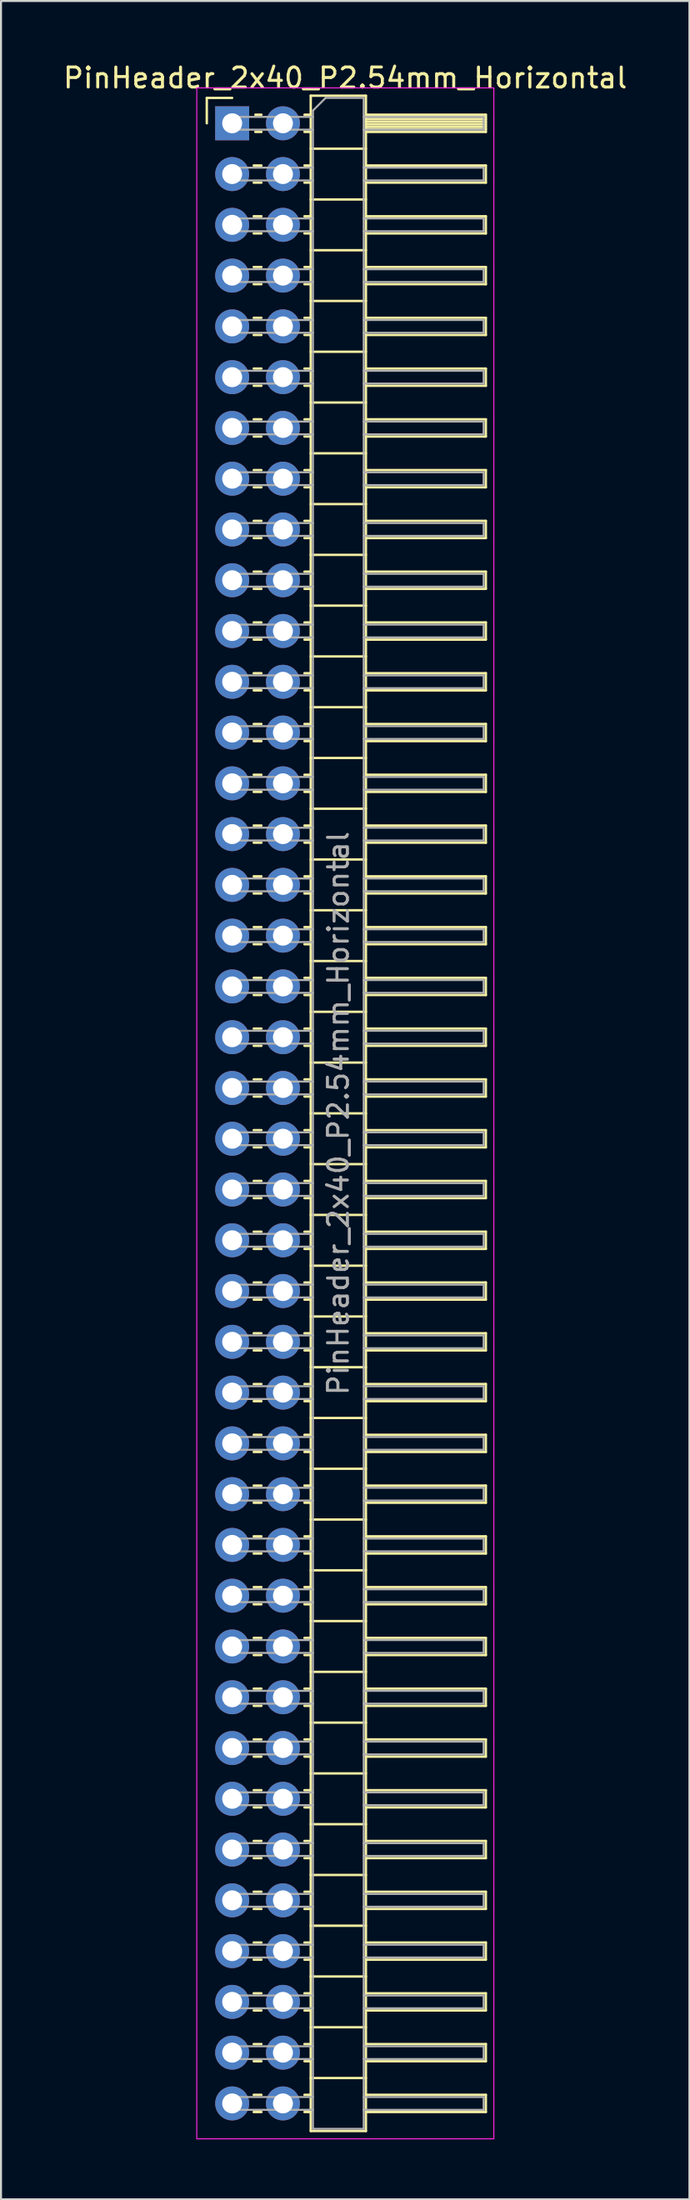
<source format=kicad_pcb>
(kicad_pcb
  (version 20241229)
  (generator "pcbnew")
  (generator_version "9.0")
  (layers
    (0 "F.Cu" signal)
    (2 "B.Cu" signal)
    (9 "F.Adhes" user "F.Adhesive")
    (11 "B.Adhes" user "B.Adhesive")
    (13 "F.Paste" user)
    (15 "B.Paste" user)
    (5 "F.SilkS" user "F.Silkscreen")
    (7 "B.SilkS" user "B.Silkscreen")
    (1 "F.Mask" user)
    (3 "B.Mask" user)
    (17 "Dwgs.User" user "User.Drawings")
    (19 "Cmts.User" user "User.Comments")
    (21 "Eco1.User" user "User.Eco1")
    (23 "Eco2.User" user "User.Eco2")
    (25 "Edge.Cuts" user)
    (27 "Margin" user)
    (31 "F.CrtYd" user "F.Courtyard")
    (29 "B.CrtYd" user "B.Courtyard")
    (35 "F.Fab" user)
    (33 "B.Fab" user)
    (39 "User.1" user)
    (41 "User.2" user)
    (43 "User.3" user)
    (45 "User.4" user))
  (footprint "PinHeader_2x40_P2.54mm_Horizontal"
    (layer "F.Cu")
    (at 8.565 3.118)
    (property "Reference" "PinHeader_2x40_P2.54mm_Horizontal" (at 5.655 -2.27 0) (layer "F.SilkS") (effects (font (size 1 1) (thickness 0.15))))
    (attr through_hole)
    (fp_line (start -1.27 -1.27) (end 0 -1.27) (stroke (width 0.12) (type solid)) (layer "F.SilkS"))
    (fp_line (start -1.27 0) (end -1.27 -1.27) (stroke (width 0.12) (type solid)) (layer "F.SilkS"))
    (fp_line (start 1.077 2.11) (end 1.463 2.11) (stroke (width 0.12) (type solid)) (layer "F.SilkS"))
    (fp_line (start 1.077 2.97) (end 1.463 2.97) (stroke (width 0.12) (type solid)) (layer "F.SilkS"))
    (fp_line (start 1.077 4.65) (end 1.463 4.65) (stroke (width 0.12) (type solid)) (layer "F.SilkS"))
    (fp_line (start 1.077 5.51) (end 1.463 5.51) (stroke (width 0.12) (type solid)) (layer "F.SilkS"))
    (fp_line (start 1.077 7.19) (end 1.463 7.19) (stroke (width 0.12) (type solid)) (layer "F.SilkS"))
    (fp_line (start 1.077 8.05) (end 1.463 8.05) (stroke (width 0.12) (type solid)) (layer "F.SilkS"))
    (fp_line (start 1.077 9.73) (end 1.463 9.73) (stroke (width 0.12) (type solid)) (layer "F.SilkS"))
    (fp_line (start 1.077 10.59) (end 1.463 10.59) (stroke (width 0.12) (type solid)) (layer "F.SilkS"))
    (fp_line (start 1.077 12.27) (end 1.463 12.27) (stroke (width 0.12) (type solid)) (layer "F.SilkS"))
    (fp_line (start 1.077 13.13) (end 1.463 13.13) (stroke (width 0.12) (type solid)) (layer "F.SilkS"))
    (fp_line (start 1.077 14.81) (end 1.463 14.81) (stroke (width 0.12) (type solid)) (layer "F.SilkS"))
    (fp_line (start 1.077 15.67) (end 1.463 15.67) (stroke (width 0.12) (type solid)) (layer "F.SilkS"))
    (fp_line (start 1.077 17.35) (end 1.463 17.35) (stroke (width 0.12) (type solid)) (layer "F.SilkS"))
    (fp_line (start 1.077 18.21) (end 1.463 18.21) (stroke (width 0.12) (type solid)) (layer "F.SilkS"))
    (fp_line (start 1.077 19.89) (end 1.463 19.89) (stroke (width 0.12) (type solid)) (layer "F.SilkS"))
    (fp_line (start 1.077 20.75) (end 1.463 20.75) (stroke (width 0.12) (type solid)) (layer "F.SilkS"))
    (fp_line (start 1.077 22.43) (end 1.463 22.43) (stroke (width 0.12) (type solid)) (layer "F.SilkS"))
    (fp_line (start 1.077 23.29) (end 1.463 23.29) (stroke (width 0.12) (type solid)) (layer "F.SilkS"))
    (fp_line (start 1.077 24.97) (end 1.463 24.97) (stroke (width 0.12) (type solid)) (layer "F.SilkS"))
    (fp_line (start 1.077 25.83) (end 1.463 25.83) (stroke (width 0.12) (type solid)) (layer "F.SilkS"))
    (fp_line (start 1.077 27.51) (end 1.463 27.51) (stroke (width 0.12) (type solid)) (layer "F.SilkS"))
    (fp_line (start 1.077 28.37) (end 1.463 28.37) (stroke (width 0.12) (type solid)) (layer "F.SilkS"))
    (fp_line (start 1.077 30.05) (end 1.463 30.05) (stroke (width 0.12) (type solid)) (layer "F.SilkS"))
    (fp_line (start 1.077 30.91) (end 1.463 30.91) (stroke (width 0.12) (type solid)) (layer "F.SilkS"))
    (fp_line (start 1.077 32.59) (end 1.463 32.59) (stroke (width 0.12) (type solid)) (layer "F.SilkS"))
    (fp_line (start 1.077 33.45) (end 1.463 33.45) (stroke (width 0.12) (type solid)) (layer "F.SilkS"))
    (fp_line (start 1.077 35.13) (end 1.463 35.13) (stroke (width 0.12) (type solid)) (layer "F.SilkS"))
    (fp_line (start 1.077 35.99) (end 1.463 35.99) (stroke (width 0.12) (type solid)) (layer "F.SilkS"))
    (fp_line (start 1.077 37.67) (end 1.463 37.67) (stroke (width 0.12) (type solid)) (layer "F.SilkS"))
    (fp_line (start 1.077 38.53) (end 1.463 38.53) (stroke (width 0.12) (type solid)) (layer "F.SilkS"))
    (fp_line (start 1.077 40.21) (end 1.463 40.21) (stroke (width 0.12) (type solid)) (layer "F.SilkS"))
    (fp_line (start 1.077 41.07) (end 1.463 41.07) (stroke (width 0.12) (type solid)) (layer "F.SilkS"))
    (fp_line (start 1.077 42.75) (end 1.463 42.75) (stroke (width 0.12) (type solid)) (layer "F.SilkS"))
    (fp_line (start 1.077 43.61) (end 1.463 43.61) (stroke (width 0.12) (type solid)) (layer "F.SilkS"))
    (fp_line (start 1.077 45.29) (end 1.463 45.29) (stroke (width 0.12) (type solid)) (layer "F.SilkS"))
    (fp_line (start 1.077 46.15) (end 1.463 46.15) (stroke (width 0.12) (type solid)) (layer "F.SilkS"))
    (fp_line (start 1.077 47.83) (end 1.463 47.83) (stroke (width 0.12) (type solid)) (layer "F.SilkS"))
    (fp_line (start 1.077 48.69) (end 1.463 48.69) (stroke (width 0.12) (type solid)) (layer "F.SilkS"))
    (fp_line (start 1.077 50.37) (end 1.463 50.37) (stroke (width 0.12) (type solid)) (layer "F.SilkS"))
    (fp_line (start 1.077 51.23) (end 1.463 51.23) (stroke (width 0.12) (type solid)) (layer "F.SilkS"))
    (fp_line (start 1.077 52.91) (end 1.463 52.91) (stroke (width 0.12) (type solid)) (layer "F.SilkS"))
    (fp_line (start 1.077 53.77) (end 1.463 53.77) (stroke (width 0.12) (type solid)) (layer "F.SilkS"))
    (fp_line (start 1.077 55.45) (end 1.463 55.45) (stroke (width 0.12) (type solid)) (layer "F.SilkS"))
    (fp_line (start 1.077 56.31) (end 1.463 56.31) (stroke (width 0.12) (type solid)) (layer "F.SilkS"))
    (fp_line (start 1.077 57.99) (end 1.463 57.99) (stroke (width 0.12) (type solid)) (layer "F.SilkS"))
    (fp_line (start 1.077 58.85) (end 1.463 58.85) (stroke (width 0.12) (type solid)) (layer "F.SilkS"))
    (fp_line (start 1.077 60.53) (end 1.463 60.53) (stroke (width 0.12) (type solid)) (layer "F.SilkS"))
    (fp_line (start 1.077 61.39) (end 1.463 61.39) (stroke (width 0.12) (type solid)) (layer "F.SilkS"))
    (fp_line (start 1.077 63.07) (end 1.463 63.07) (stroke (width 0.12) (type solid)) (layer "F.SilkS"))
    (fp_line (start 1.077 63.93) (end 1.463 63.93) (stroke (width 0.12) (type solid)) (layer "F.SilkS"))
    (fp_line (start 1.077 65.61) (end 1.463 65.61) (stroke (width 0.12) (type solid)) (layer "F.SilkS"))
    (fp_line (start 1.077 66.47) (end 1.463 66.47) (stroke (width 0.12) (type solid)) (layer "F.SilkS"))
    (fp_line (start 1.077 68.15) (end 1.463 68.15) (stroke (width 0.12) (type solid)) (layer "F.SilkS"))
    (fp_line (start 1.077 69.01) (end 1.463 69.01) (stroke (width 0.12) (type solid)) (layer "F.SilkS"))
    (fp_line (start 1.077 70.69) (end 1.463 70.69) (stroke (width 0.12) (type solid)) (layer "F.SilkS"))
    (fp_line (start 1.077 71.55) (end 1.463 71.55) (stroke (width 0.12) (type solid)) (layer "F.SilkS"))
    (fp_line (start 1.077 73.23) (end 1.463 73.23) (stroke (width 0.12) (type solid)) (layer "F.SilkS"))
    (fp_line (start 1.077 74.09) (end 1.463 74.09) (stroke (width 0.12) (type solid)) (layer "F.SilkS"))
    (fp_line (start 1.077 75.77) (end 1.463 75.77) (stroke (width 0.12) (type solid)) (layer "F.SilkS"))
    (fp_line (start 1.077 76.63) (end 1.463 76.63) (stroke (width 0.12) (type solid)) (layer "F.SilkS"))
    (fp_line (start 1.077 78.31) (end 1.463 78.31) (stroke (width 0.12) (type solid)) (layer "F.SilkS"))
    (fp_line (start 1.077 79.17) (end 1.463 79.17) (stroke (width 0.12) (type solid)) (layer "F.SilkS"))
    (fp_line (start 1.077 80.85) (end 1.463 80.85) (stroke (width 0.12) (type solid)) (layer "F.SilkS"))
    (fp_line (start 1.077 81.71) (end 1.463 81.71) (stroke (width 0.12) (type solid)) (layer "F.SilkS"))
    (fp_line (start 1.077 83.39) (end 1.463 83.39) (stroke (width 0.12) (type solid)) (layer "F.SilkS"))
    (fp_line (start 1.077 84.25) (end 1.463 84.25) (stroke (width 0.12) (type solid)) (layer "F.SilkS"))
    (fp_line (start 1.077 85.93) (end 1.463 85.93) (stroke (width 0.12) (type solid)) (layer "F.SilkS"))
    (fp_line (start 1.077 86.79) (end 1.463 86.79) (stroke (width 0.12) (type solid)) (layer "F.SilkS"))
    (fp_line (start 1.077 88.47) (end 1.463 88.47) (stroke (width 0.12) (type solid)) (layer "F.SilkS"))
    (fp_line (start 1.077 89.33) (end 1.463 89.33) (stroke (width 0.12) (type solid)) (layer "F.SilkS"))
    (fp_line (start 1.077 91.01) (end 1.463 91.01) (stroke (width 0.12) (type solid)) (layer "F.SilkS"))
    (fp_line (start 1.077 91.87) (end 1.463 91.87) (stroke (width 0.12) (type solid)) (layer "F.SilkS"))
    (fp_line (start 1.077 93.55) (end 1.463 93.55) (stroke (width 0.12) (type solid)) (layer "F.SilkS"))
    (fp_line (start 1.077 94.41) (end 1.463 94.41) (stroke (width 0.12) (type solid)) (layer "F.SilkS"))
    (fp_line (start 1.077 96.09) (end 1.463 96.09) (stroke (width 0.12) (type solid)) (layer "F.SilkS"))
    (fp_line (start 1.077 96.95) (end 1.463 96.95) (stroke (width 0.12) (type solid)) (layer "F.SilkS"))
    (fp_line (start 1.077 98.63) (end 1.463 98.63) (stroke (width 0.12) (type solid)) (layer "F.SilkS"))
    (fp_line (start 1.077 99.49) (end 1.463 99.49) (stroke (width 0.12) (type solid)) (layer "F.SilkS"))
    (fp_line (start 1.16 -0.43) (end 1.463 -0.43) (stroke (width 0.12) (type solid)) (layer "F.SilkS"))
    (fp_line (start 1.16 0.43) (end 1.463 0.43) (stroke (width 0.12) (type solid)) (layer "F.SilkS"))
    (fp_line (start 3.617 -0.43) (end 3.93 -0.43) (stroke (width 0.12) (type solid)) (layer "F.SilkS"))
    (fp_line (start 3.617 0.43) (end 3.93 0.43) (stroke (width 0.12) (type solid)) (layer "F.SilkS"))
    (fp_line (start 3.617 2.11) (end 3.93 2.11) (stroke (width 0.12) (type solid)) (layer "F.SilkS"))
    (fp_line (start 3.617 2.97) (end 3.93 2.97) (stroke (width 0.12) (type solid)) (layer "F.SilkS"))
    (fp_line (start 3.617 4.65) (end 3.93 4.65) (stroke (width 0.12) (type solid)) (layer "F.SilkS"))
    (fp_line (start 3.617 5.51) (end 3.93 5.51) (stroke (width 0.12) (type solid)) (layer "F.SilkS"))
    (fp_line (start 3.617 7.19) (end 3.93 7.19) (stroke (width 0.12) (type solid)) (layer "F.SilkS"))
    (fp_line (start 3.617 8.05) (end 3.93 8.05) (stroke (width 0.12) (type solid)) (layer "F.SilkS"))
    (fp_line (start 3.617 9.73) (end 3.93 9.73) (stroke (width 0.12) (type solid)) (layer "F.SilkS"))
    (fp_line (start 3.617 10.59) (end 3.93 10.59) (stroke (width 0.12) (type solid)) (layer "F.SilkS"))
    (fp_line (start 3.617 12.27) (end 3.93 12.27) (stroke (width 0.12) (type solid)) (layer "F.SilkS"))
    (fp_line (start 3.617 13.13) (end 3.93 13.13) (stroke (width 0.12) (type solid)) (layer "F.SilkS"))
    (fp_line (start 3.617 14.81) (end 3.93 14.81) (stroke (width 0.12) (type solid)) (layer "F.SilkS"))
    (fp_line (start 3.617 15.67) (end 3.93 15.67) (stroke (width 0.12) (type solid)) (layer "F.SilkS"))
    (fp_line (start 3.617 17.35) (end 3.93 17.35) (stroke (width 0.12) (type solid)) (layer "F.SilkS"))
    (fp_line (start 3.617 18.21) (end 3.93 18.21) (stroke (width 0.12) (type solid)) (layer "F.SilkS"))
    (fp_line (start 3.617 19.89) (end 3.93 19.89) (stroke (width 0.12) (type solid)) (layer "F.SilkS"))
    (fp_line (start 3.617 20.75) (end 3.93 20.75) (stroke (width 0.12) (type solid)) (layer "F.SilkS"))
    (fp_line (start 3.617 22.43) (end 3.93 22.43) (stroke (width 0.12) (type solid)) (layer "F.SilkS"))
    (fp_line (start 3.617 23.29) (end 3.93 23.29) (stroke (width 0.12) (type solid)) (layer "F.SilkS"))
    (fp_line (start 3.617 24.97) (end 3.93 24.97) (stroke (width 0.12) (type solid)) (layer "F.SilkS"))
    (fp_line (start 3.617 25.83) (end 3.93 25.83) (stroke (width 0.12) (type solid)) (layer "F.SilkS"))
    (fp_line (start 3.617 27.51) (end 3.93 27.51) (stroke (width 0.12) (type solid)) (layer "F.SilkS"))
    (fp_line (start 3.617 28.37) (end 3.93 28.37) (stroke (width 0.12) (type solid)) (layer "F.SilkS"))
    (fp_line (start 3.617 30.05) (end 3.93 30.05) (stroke (width 0.12) (type solid)) (layer "F.SilkS"))
    (fp_line (start 3.617 30.91) (end 3.93 30.91) (stroke (width 0.12) (type solid)) (layer "F.SilkS"))
    (fp_line (start 3.617 32.59) (end 3.93 32.59) (stroke (width 0.12) (type solid)) (layer "F.SilkS"))
    (fp_line (start 3.617 33.45) (end 3.93 33.45) (stroke (width 0.12) (type solid)) (layer "F.SilkS"))
    (fp_line (start 3.617 35.13) (end 3.93 35.13) (stroke (width 0.12) (type solid)) (layer "F.SilkS"))
    (fp_line (start 3.617 35.99) (end 3.93 35.99) (stroke (width 0.12) (type solid)) (layer "F.SilkS"))
    (fp_line (start 3.617 37.67) (end 3.93 37.67) (stroke (width 0.12) (type solid)) (layer "F.SilkS"))
    (fp_line (start 3.617 38.53) (end 3.93 38.53) (stroke (width 0.12) (type solid)) (layer "F.SilkS"))
    (fp_line (start 3.617 40.21) (end 3.93 40.21) (stroke (width 0.12) (type solid)) (layer "F.SilkS"))
    (fp_line (start 3.617 41.07) (end 3.93 41.07) (stroke (width 0.12) (type solid)) (layer "F.SilkS"))
    (fp_line (start 3.617 42.75) (end 3.93 42.75) (stroke (width 0.12) (type solid)) (layer "F.SilkS"))
    (fp_line (start 3.617 43.61) (end 3.93 43.61) (stroke (width 0.12) (type solid)) (layer "F.SilkS"))
    (fp_line (start 3.617 45.29) (end 3.93 45.29) (stroke (width 0.12) (type solid)) (layer "F.SilkS"))
    (fp_line (start 3.617 46.15) (end 3.93 46.15) (stroke (width 0.12) (type solid)) (layer "F.SilkS"))
    (fp_line (start 3.617 47.83) (end 3.93 47.83) (stroke (width 0.12) (type solid)) (layer "F.SilkS"))
    (fp_line (start 3.617 48.69) (end 3.93 48.69) (stroke (width 0.12) (type solid)) (layer "F.SilkS"))
    (fp_line (start 3.617 50.37) (end 3.93 50.37) (stroke (width 0.12) (type solid)) (layer "F.SilkS"))
    (fp_line (start 3.617 51.23) (end 3.93 51.23) (stroke (width 0.12) (type solid)) (layer "F.SilkS"))
    (fp_line (start 3.617 52.91) (end 3.93 52.91) (stroke (width 0.12) (type solid)) (layer "F.SilkS"))
    (fp_line (start 3.617 53.77) (end 3.93 53.77) (stroke (width 0.12) (type solid)) (layer "F.SilkS"))
    (fp_line (start 3.617 55.45) (end 3.93 55.45) (stroke (width 0.12) (type solid)) (layer "F.SilkS"))
    (fp_line (start 3.617 56.31) (end 3.93 56.31) (stroke (width 0.12) (type solid)) (layer "F.SilkS"))
    (fp_line (start 3.617 57.99) (end 3.93 57.99) (stroke (width 0.12) (type solid)) (layer "F.SilkS"))
    (fp_line (start 3.617 58.85) (end 3.93 58.85) (stroke (width 0.12) (type solid)) (layer "F.SilkS"))
    (fp_line (start 3.617 60.53) (end 3.93 60.53) (stroke (width 0.12) (type solid)) (layer "F.SilkS"))
    (fp_line (start 3.617 61.39) (end 3.93 61.39) (stroke (width 0.12) (type solid)) (layer "F.SilkS"))
    (fp_line (start 3.617 63.07) (end 3.93 63.07) (stroke (width 0.12) (type solid)) (layer "F.SilkS"))
    (fp_line (start 3.617 63.93) (end 3.93 63.93) (stroke (width 0.12) (type solid)) (layer "F.SilkS"))
    (fp_line (start 3.617 65.61) (end 3.93 65.61) (stroke (width 0.12) (type solid)) (layer "F.SilkS"))
    (fp_line (start 3.617 66.47) (end 3.93 66.47) (stroke (width 0.12) (type solid)) (layer "F.SilkS"))
    (fp_line (start 3.617 68.15) (end 3.93 68.15) (stroke (width 0.12) (type solid)) (layer "F.SilkS"))
    (fp_line (start 3.617 69.01) (end 3.93 69.01) (stroke (width 0.12) (type solid)) (layer "F.SilkS"))
    (fp_line (start 3.617 70.69) (end 3.93 70.69) (stroke (width 0.12) (type solid)) (layer "F.SilkS"))
    (fp_line (start 3.617 71.55) (end 3.93 71.55) (stroke (width 0.12) (type solid)) (layer "F.SilkS"))
    (fp_line (start 3.617 73.23) (end 3.93 73.23) (stroke (width 0.12) (type solid)) (layer "F.SilkS"))
    (fp_line (start 3.617 74.09) (end 3.93 74.09) (stroke (width 0.12) (type solid)) (layer "F.SilkS"))
    (fp_line (start 3.617 75.77) (end 3.93 75.77) (stroke (width 0.12) (type solid)) (layer "F.SilkS"))
    (fp_line (start 3.617 76.63) (end 3.93 76.63) (stroke (width 0.12) (type solid)) (layer "F.SilkS"))
    (fp_line (start 3.617 78.31) (end 3.93 78.31) (stroke (width 0.12) (type solid)) (layer "F.SilkS"))
    (fp_line (start 3.617 79.17) (end 3.93 79.17) (stroke (width 0.12) (type solid)) (layer "F.SilkS"))
    (fp_line (start 3.617 80.85) (end 3.93 80.85) (stroke (width 0.12) (type solid)) (layer "F.SilkS"))
    (fp_line (start 3.617 81.71) (end 3.93 81.71) (stroke (width 0.12) (type solid)) (layer "F.SilkS"))
    (fp_line (start 3.617 83.39) (end 3.93 83.39) (stroke (width 0.12) (type solid)) (layer "F.SilkS"))
    (fp_line (start 3.617 84.25) (end 3.93 84.25) (stroke (width 0.12) (type solid)) (layer "F.SilkS"))
    (fp_line (start 3.617 85.93) (end 3.93 85.93) (stroke (width 0.12) (type solid)) (layer "F.SilkS"))
    (fp_line (start 3.617 86.79) (end 3.93 86.79) (stroke (width 0.12) (type solid)) (layer "F.SilkS"))
    (fp_line (start 3.617 88.47) (end 3.93 88.47) (stroke (width 0.12) (type solid)) (layer "F.SilkS"))
    (fp_line (start 3.617 89.33) (end 3.93 89.33) (stroke (width 0.12) (type solid)) (layer "F.SilkS"))
    (fp_line (start 3.617 91.01) (end 3.93 91.01) (stroke (width 0.12) (type solid)) (layer "F.SilkS"))
    (fp_line (start 3.617 91.87) (end 3.93 91.87) (stroke (width 0.12) (type solid)) (layer "F.SilkS"))
    (fp_line (start 3.617 93.55) (end 3.93 93.55) (stroke (width 0.12) (type solid)) (layer "F.SilkS"))
    (fp_line (start 3.617 94.41) (end 3.93 94.41) (stroke (width 0.12) (type solid)) (layer "F.SilkS"))
    (fp_line (start 3.617 96.09) (end 3.93 96.09) (stroke (width 0.12) (type solid)) (layer "F.SilkS"))
    (fp_line (start 3.617 96.95) (end 3.93 96.95) (stroke (width 0.12) (type solid)) (layer "F.SilkS"))
    (fp_line (start 3.617 98.63) (end 3.93 98.63) (stroke (width 0.12) (type solid)) (layer "F.SilkS"))
    (fp_line (start 3.617 99.49) (end 3.93 99.49) (stroke (width 0.12) (type solid)) (layer "F.SilkS"))
    (fp_line (start 3.93 -1.38) (end 3.93 100.44) (stroke (width 0.12) (type solid)) (layer "F.SilkS"))
    (fp_line (start 3.93 1.27) (end 6.69 1.27) (stroke (width 0.12) (type solid)) (layer "F.SilkS"))
    (fp_line (start 3.93 3.81) (end 6.69 3.81) (stroke (width 0.12) (type solid)) (layer "F.SilkS"))
    (fp_line (start 3.93 6.35) (end 6.69 6.35) (stroke (width 0.12) (type solid)) (layer "F.SilkS"))
    (fp_line (start 3.93 8.89) (end 6.69 8.89) (stroke (width 0.12) (type solid)) (layer "F.SilkS"))
    (fp_line (start 3.93 11.43) (end 6.69 11.43) (stroke (width 0.12) (type solid)) (layer "F.SilkS"))
    (fp_line (start 3.93 13.97) (end 6.69 13.97) (stroke (width 0.12) (type solid)) (layer "F.SilkS"))
    (fp_line (start 3.93 16.51) (end 6.69 16.51) (stroke (width 0.12) (type solid)) (layer "F.SilkS"))
    (fp_line (start 3.93 19.05) (end 6.69 19.05) (stroke (width 0.12) (type solid)) (layer "F.SilkS"))
    (fp_line (start 3.93 21.59) (end 6.69 21.59) (stroke (width 0.12) (type solid)) (layer "F.SilkS"))
    (fp_line (start 3.93 24.13) (end 6.69 24.13) (stroke (width 0.12) (type solid)) (layer "F.SilkS"))
    (fp_line (start 3.93 26.67) (end 6.69 26.67) (stroke (width 0.12) (type solid)) (layer "F.SilkS"))
    (fp_line (start 3.93 29.21) (end 6.69 29.21) (stroke (width 0.12) (type solid)) (layer "F.SilkS"))
    (fp_line (start 3.93 31.75) (end 6.69 31.75) (stroke (width 0.12) (type solid)) (layer "F.SilkS"))
    (fp_line (start 3.93 34.29) (end 6.69 34.29) (stroke (width 0.12) (type solid)) (layer "F.SilkS"))
    (fp_line (start 3.93 36.83) (end 6.69 36.83) (stroke (width 0.12) (type solid)) (layer "F.SilkS"))
    (fp_line (start 3.93 39.37) (end 6.69 39.37) (stroke (width 0.12) (type solid)) (layer "F.SilkS"))
    (fp_line (start 3.93 41.91) (end 6.69 41.91) (stroke (width 0.12) (type solid)) (layer "F.SilkS"))
    (fp_line (start 3.93 44.45) (end 6.69 44.45) (stroke (width 0.12) (type solid)) (layer "F.SilkS"))
    (fp_line (start 3.93 46.99) (end 6.69 46.99) (stroke (width 0.12) (type solid)) (layer "F.SilkS"))
    (fp_line (start 3.93 49.53) (end 6.69 49.53) (stroke (width 0.12) (type solid)) (layer "F.SilkS"))
    (fp_line (start 3.93 52.07) (end 6.69 52.07) (stroke (width 0.12) (type solid)) (layer "F.SilkS"))
    (fp_line (start 3.93 54.61) (end 6.69 54.61) (stroke (width 0.12) (type solid)) (layer "F.SilkS"))
    (fp_line (start 3.93 57.15) (end 6.69 57.15) (stroke (width 0.12) (type solid)) (layer "F.SilkS"))
    (fp_line (start 3.93 59.69) (end 6.69 59.69) (stroke (width 0.12) (type solid)) (layer "F.SilkS"))
    (fp_line (start 3.93 62.23) (end 6.69 62.23) (stroke (width 0.12) (type solid)) (layer "F.SilkS"))
    (fp_line (start 3.93 64.77) (end 6.69 64.77) (stroke (width 0.12) (type solid)) (layer "F.SilkS"))
    (fp_line (start 3.93 67.31) (end 6.69 67.31) (stroke (width 0.12) (type solid)) (layer "F.SilkS"))
    (fp_line (start 3.93 69.85) (end 6.69 69.85) (stroke (width 0.12) (type solid)) (layer "F.SilkS"))
    (fp_line (start 3.93 72.39) (end 6.69 72.39) (stroke (width 0.12) (type solid)) (layer "F.SilkS"))
    (fp_line (start 3.93 74.93) (end 6.69 74.93) (stroke (width 0.12) (type solid)) (layer "F.SilkS"))
    (fp_line (start 3.93 77.47) (end 6.69 77.47) (stroke (width 0.12) (type solid)) (layer "F.SilkS"))
    (fp_line (start 3.93 80.01) (end 6.69 80.01) (stroke (width 0.12) (type solid)) (layer "F.SilkS"))
    (fp_line (start 3.93 82.55) (end 6.69 82.55) (stroke (width 0.12) (type solid)) (layer "F.SilkS"))
    (fp_line (start 3.93 85.09) (end 6.69 85.09) (stroke (width 0.12) (type solid)) (layer "F.SilkS"))
    (fp_line (start 3.93 87.63) (end 6.69 87.63) (stroke (width 0.12) (type solid)) (layer "F.SilkS"))
    (fp_line (start 3.93 90.17) (end 6.69 90.17) (stroke (width 0.12) (type solid)) (layer "F.SilkS"))
    (fp_line (start 3.93 92.71) (end 6.69 92.71) (stroke (width 0.12) (type solid)) (layer "F.SilkS"))
    (fp_line (start 3.93 95.25) (end 6.69 95.25) (stroke (width 0.12) (type solid)) (layer "F.SilkS"))
    (fp_line (start 3.93 97.79) (end 6.69 97.79) (stroke (width 0.12) (type solid)) (layer "F.SilkS"))
    (fp_line (start 3.93 100.44) (end 6.69 100.44) (stroke (width 0.12) (type solid)) (layer "F.SilkS"))
    (fp_line (start 6.69 -1.38) (end 3.93 -1.38) (stroke (width 0.12) (type solid)) (layer "F.SilkS"))
    (fp_line (start 6.69 -0.43) (end 12.69 -0.43) (stroke (width 0.12) (type solid)) (layer "F.SilkS"))
    (fp_line (start 6.69 -0.32) (end 12.69 -0.32) (stroke (width 0.12) (type solid)) (layer "F.SilkS"))
    (fp_line (start 6.69 -0.2) (end 12.69 -0.2) (stroke (width 0.12) (type solid)) (layer "F.SilkS"))
    (fp_line (start 6.69 -0.08) (end 12.69 -0.08) (stroke (width 0.12) (type solid)) (layer "F.SilkS"))
    (fp_line (start 6.69 0.04) (end 12.69 0.04) (stroke (width 0.12) (type solid)) (layer "F.SilkS"))
    (fp_line (start 6.69 0.16) (end 12.69 0.16) (stroke (width 0.12) (type solid)) (layer "F.SilkS"))
    (fp_line (start 6.69 0.28) (end 12.69 0.28) (stroke (width 0.12) (type solid)) (layer "F.SilkS"))
    (fp_line (start 6.69 2.11) (end 12.69 2.11) (stroke (width 0.12) (type solid)) (layer "F.SilkS"))
    (fp_line (start 6.69 4.65) (end 12.69 4.65) (stroke (width 0.12) (type solid)) (layer "F.SilkS"))
    (fp_line (start 6.69 7.19) (end 12.69 7.19) (stroke (width 0.12) (type solid)) (layer "F.SilkS"))
    (fp_line (start 6.69 9.73) (end 12.69 9.73) (stroke (width 0.12) (type solid)) (layer "F.SilkS"))
    (fp_line (start 6.69 12.27) (end 12.69 12.27) (stroke (width 0.12) (type solid)) (layer "F.SilkS"))
    (fp_line (start 6.69 14.81) (end 12.69 14.81) (stroke (width 0.12) (type solid)) (layer "F.SilkS"))
    (fp_line (start 6.69 17.35) (end 12.69 17.35) (stroke (width 0.12) (type solid)) (layer "F.SilkS"))
    (fp_line (start 6.69 19.89) (end 12.69 19.89) (stroke (width 0.12) (type solid)) (layer "F.SilkS"))
    (fp_line (start 6.69 22.43) (end 12.69 22.43) (stroke (width 0.12) (type solid)) (layer "F.SilkS"))
    (fp_line (start 6.69 24.97) (end 12.69 24.97) (stroke (width 0.12) (type solid)) (layer "F.SilkS"))
    (fp_line (start 6.69 27.51) (end 12.69 27.51) (stroke (width 0.12) (type solid)) (layer "F.SilkS"))
    (fp_line (start 6.69 30.05) (end 12.69 30.05) (stroke (width 0.12) (type solid)) (layer "F.SilkS"))
    (fp_line (start 6.69 32.59) (end 12.69 32.59) (stroke (width 0.12) (type solid)) (layer "F.SilkS"))
    (fp_line (start 6.69 35.13) (end 12.69 35.13) (stroke (width 0.12) (type solid)) (layer "F.SilkS"))
    (fp_line (start 6.69 37.67) (end 12.69 37.67) (stroke (width 0.12) (type solid)) (layer "F.SilkS"))
    (fp_line (start 6.69 40.21) (end 12.69 40.21) (stroke (width 0.12) (type solid)) (layer "F.SilkS"))
    (fp_line (start 6.69 42.75) (end 12.69 42.75) (stroke (width 0.12) (type solid)) (layer "F.SilkS"))
    (fp_line (start 6.69 45.29) (end 12.69 45.29) (stroke (width 0.12) (type solid)) (layer "F.SilkS"))
    (fp_line (start 6.69 47.83) (end 12.69 47.83) (stroke (width 0.12) (type solid)) (layer "F.SilkS"))
    (fp_line (start 6.69 50.37) (end 12.69 50.37) (stroke (width 0.12) (type solid)) (layer "F.SilkS"))
    (fp_line (start 6.69 52.91) (end 12.69 52.91) (stroke (width 0.12) (type solid)) (layer "F.SilkS"))
    (fp_line (start 6.69 55.45) (end 12.69 55.45) (stroke (width 0.12) (type solid)) (layer "F.SilkS"))
    (fp_line (start 6.69 57.99) (end 12.69 57.99) (stroke (width 0.12) (type solid)) (layer "F.SilkS"))
    (fp_line (start 6.69 60.53) (end 12.69 60.53) (stroke (width 0.12) (type solid)) (layer "F.SilkS"))
    (fp_line (start 6.69 63.07) (end 12.69 63.07) (stroke (width 0.12) (type solid)) (layer "F.SilkS"))
    (fp_line (start 6.69 65.61) (end 12.69 65.61) (stroke (width 0.12) (type solid)) (layer "F.SilkS"))
    (fp_line (start 6.69 68.15) (end 12.69 68.15) (stroke (width 0.12) (type solid)) (layer "F.SilkS"))
    (fp_line (start 6.69 70.69) (end 12.69 70.69) (stroke (width 0.12) (type solid)) (layer "F.SilkS"))
    (fp_line (start 6.69 73.23) (end 12.69 73.23) (stroke (width 0.12) (type solid)) (layer "F.SilkS"))
    (fp_line (start 6.69 75.77) (end 12.69 75.77) (stroke (width 0.12) (type solid)) (layer "F.SilkS"))
    (fp_line (start 6.69 78.31) (end 12.69 78.31) (stroke (width 0.12) (type solid)) (layer "F.SilkS"))
    (fp_line (start 6.69 80.85) (end 12.69 80.85) (stroke (width 0.12) (type solid)) (layer "F.SilkS"))
    (fp_line (start 6.69 83.39) (end 12.69 83.39) (stroke (width 0.12) (type solid)) (layer "F.SilkS"))
    (fp_line (start 6.69 85.93) (end 12.69 85.93) (stroke (width 0.12) (type solid)) (layer "F.SilkS"))
    (fp_line (start 6.69 88.47) (end 12.69 88.47) (stroke (width 0.12) (type solid)) (layer "F.SilkS"))
    (fp_line (start 6.69 91.01) (end 12.69 91.01) (stroke (width 0.12) (type solid)) (layer "F.SilkS"))
    (fp_line (start 6.69 93.55) (end 12.69 93.55) (stroke (width 0.12) (type solid)) (layer "F.SilkS"))
    (fp_line (start 6.69 96.09) (end 12.69 96.09) (stroke (width 0.12) (type solid)) (layer "F.SilkS"))
    (fp_line (start 6.69 98.63) (end 12.69 98.63) (stroke (width 0.12) (type solid)) (layer "F.SilkS"))
    (fp_line (start 6.69 100.44) (end 6.69 -1.38) (stroke (width 0.12) (type solid)) (layer "F.SilkS"))
    (fp_line (start 12.69 -0.43) (end 12.69 0.43) (stroke (width 0.12) (type solid)) (layer "F.SilkS"))
    (fp_line (start 12.69 0.43) (end 6.69 0.43) (stroke (width 0.12) (type solid)) (layer "F.SilkS"))
    (fp_line (start 12.69 2.11) (end 12.69 2.97) (stroke (width 0.12) (type solid)) (layer "F.SilkS"))
    (fp_line (start 12.69 2.97) (end 6.69 2.97) (stroke (width 0.12) (type solid)) (layer "F.SilkS"))
    (fp_line (start 12.69 4.65) (end 12.69 5.51) (stroke (width 0.12) (type solid)) (layer "F.SilkS"))
    (fp_line (start 12.69 5.51) (end 6.69 5.51) (stroke (width 0.12) (type solid)) (layer "F.SilkS"))
    (fp_line (start 12.69 7.19) (end 12.69 8.05) (stroke (width 0.12) (type solid)) (layer "F.SilkS"))
    (fp_line (start 12.69 8.05) (end 6.69 8.05) (stroke (width 0.12) (type solid)) (layer "F.SilkS"))
    (fp_line (start 12.69 9.73) (end 12.69 10.59) (stroke (width 0.12) (type solid)) (layer "F.SilkS"))
    (fp_line (start 12.69 10.59) (end 6.69 10.59) (stroke (width 0.12) (type solid)) (layer "F.SilkS"))
    (fp_line (start 12.69 12.27) (end 12.69 13.13) (stroke (width 0.12) (type solid)) (layer "F.SilkS"))
    (fp_line (start 12.69 13.13) (end 6.69 13.13) (stroke (width 0.12) (type solid)) (layer "F.SilkS"))
    (fp_line (start 12.69 14.81) (end 12.69 15.67) (stroke (width 0.12) (type solid)) (layer "F.SilkS"))
    (fp_line (start 12.69 15.67) (end 6.69 15.67) (stroke (width 0.12) (type solid)) (layer "F.SilkS"))
    (fp_line (start 12.69 17.35) (end 12.69 18.21) (stroke (width 0.12) (type solid)) (layer "F.SilkS"))
    (fp_line (start 12.69 18.21) (end 6.69 18.21) (stroke (width 0.12) (type solid)) (layer "F.SilkS"))
    (fp_line (start 12.69 19.89) (end 12.69 20.75) (stroke (width 0.12) (type solid)) (layer "F.SilkS"))
    (fp_line (start 12.69 20.75) (end 6.69 20.75) (stroke (width 0.12) (type solid)) (layer "F.SilkS"))
    (fp_line (start 12.69 22.43) (end 12.69 23.29) (stroke (width 0.12) (type solid)) (layer "F.SilkS"))
    (fp_line (start 12.69 23.29) (end 6.69 23.29) (stroke (width 0.12) (type solid)) (layer "F.SilkS"))
    (fp_line (start 12.69 24.97) (end 12.69 25.83) (stroke (width 0.12) (type solid)) (layer "F.SilkS"))
    (fp_line (start 12.69 25.83) (end 6.69 25.83) (stroke (width 0.12) (type solid)) (layer "F.SilkS"))
    (fp_line (start 12.69 27.51) (end 12.69 28.37) (stroke (width 0.12) (type solid)) (layer "F.SilkS"))
    (fp_line (start 12.69 28.37) (end 6.69 28.37) (stroke (width 0.12) (type solid)) (layer "F.SilkS"))
    (fp_line (start 12.69 30.05) (end 12.69 30.91) (stroke (width 0.12) (type solid)) (layer "F.SilkS"))
    (fp_line (start 12.69 30.91) (end 6.69 30.91) (stroke (width 0.12) (type solid)) (layer "F.SilkS"))
    (fp_line (start 12.69 32.59) (end 12.69 33.45) (stroke (width 0.12) (type solid)) (layer "F.SilkS"))
    (fp_line (start 12.69 33.45) (end 6.69 33.45) (stroke (width 0.12) (type solid)) (layer "F.SilkS"))
    (fp_line (start 12.69 35.13) (end 12.69 35.99) (stroke (width 0.12) (type solid)) (layer "F.SilkS"))
    (fp_line (start 12.69 35.99) (end 6.69 35.99) (stroke (width 0.12) (type solid)) (layer "F.SilkS"))
    (fp_line (start 12.69 37.67) (end 12.69 38.53) (stroke (width 0.12) (type solid)) (layer "F.SilkS"))
    (fp_line (start 12.69 38.53) (end 6.69 38.53) (stroke (width 0.12) (type solid)) (layer "F.SilkS"))
    (fp_line (start 12.69 40.21) (end 12.69 41.07) (stroke (width 0.12) (type solid)) (layer "F.SilkS"))
    (fp_line (start 12.69 41.07) (end 6.69 41.07) (stroke (width 0.12) (type solid)) (layer "F.SilkS"))
    (fp_line (start 12.69 42.75) (end 12.69 43.61) (stroke (width 0.12) (type solid)) (layer "F.SilkS"))
    (fp_line (start 12.69 43.61) (end 6.69 43.61) (stroke (width 0.12) (type solid)) (layer "F.SilkS"))
    (fp_line (start 12.69 45.29) (end 12.69 46.15) (stroke (width 0.12) (type solid)) (layer "F.SilkS"))
    (fp_line (start 12.69 46.15) (end 6.69 46.15) (stroke (width 0.12) (type solid)) (layer "F.SilkS"))
    (fp_line (start 12.69 47.83) (end 12.69 48.69) (stroke (width 0.12) (type solid)) (layer "F.SilkS"))
    (fp_line (start 12.69 48.69) (end 6.69 48.69) (stroke (width 0.12) (type solid)) (layer "F.SilkS"))
    (fp_line (start 12.69 50.37) (end 12.69 51.23) (stroke (width 0.12) (type solid)) (layer "F.SilkS"))
    (fp_line (start 12.69 51.23) (end 6.69 51.23) (stroke (width 0.12) (type solid)) (layer "F.SilkS"))
    (fp_line (start 12.69 52.91) (end 12.69 53.77) (stroke (width 0.12) (type solid)) (layer "F.SilkS"))
    (fp_line (start 12.69 53.77) (end 6.69 53.77) (stroke (width 0.12) (type solid)) (layer "F.SilkS"))
    (fp_line (start 12.69 55.45) (end 12.69 56.31) (stroke (width 0.12) (type solid)) (layer "F.SilkS"))
    (fp_line (start 12.69 56.31) (end 6.69 56.31) (stroke (width 0.12) (type solid)) (layer "F.SilkS"))
    (fp_line (start 12.69 57.99) (end 12.69 58.85) (stroke (width 0.12) (type solid)) (layer "F.SilkS"))
    (fp_line (start 12.69 58.85) (end 6.69 58.85) (stroke (width 0.12) (type solid)) (layer "F.SilkS"))
    (fp_line (start 12.69 60.53) (end 12.69 61.39) (stroke (width 0.12) (type solid)) (layer "F.SilkS"))
    (fp_line (start 12.69 61.39) (end 6.69 61.39) (stroke (width 0.12) (type solid)) (layer "F.SilkS"))
    (fp_line (start 12.69 63.07) (end 12.69 63.93) (stroke (width 0.12) (type solid)) (layer "F.SilkS"))
    (fp_line (start 12.69 63.93) (end 6.69 63.93) (stroke (width 0.12) (type solid)) (layer "F.SilkS"))
    (fp_line (start 12.69 65.61) (end 12.69 66.47) (stroke (width 0.12) (type solid)) (layer "F.SilkS"))
    (fp_line (start 12.69 66.47) (end 6.69 66.47) (stroke (width 0.12) (type solid)) (layer "F.SilkS"))
    (fp_line (start 12.69 68.15) (end 12.69 69.01) (stroke (width 0.12) (type solid)) (layer "F.SilkS"))
    (fp_line (start 12.69 69.01) (end 6.69 69.01) (stroke (width 0.12) (type solid)) (layer "F.SilkS"))
    (fp_line (start 12.69 70.69) (end 12.69 71.55) (stroke (width 0.12) (type solid)) (layer "F.SilkS"))
    (fp_line (start 12.69 71.55) (end 6.69 71.55) (stroke (width 0.12) (type solid)) (layer "F.SilkS"))
    (fp_line (start 12.69 73.23) (end 12.69 74.09) (stroke (width 0.12) (type solid)) (layer "F.SilkS"))
    (fp_line (start 12.69 74.09) (end 6.69 74.09) (stroke (width 0.12) (type solid)) (layer "F.SilkS"))
    (fp_line (start 12.69 75.77) (end 12.69 76.63) (stroke (width 0.12) (type solid)) (layer "F.SilkS"))
    (fp_line (start 12.69 76.63) (end 6.69 76.63) (stroke (width 0.12) (type solid)) (layer "F.SilkS"))
    (fp_line (start 12.69 78.31) (end 12.69 79.17) (stroke (width 0.12) (type solid)) (layer "F.SilkS"))
    (fp_line (start 12.69 79.17) (end 6.69 79.17) (stroke (width 0.12) (type solid)) (layer "F.SilkS"))
    (fp_line (start 12.69 80.85) (end 12.69 81.71) (stroke (width 0.12) (type solid)) (layer "F.SilkS"))
    (fp_line (start 12.69 81.71) (end 6.69 81.71) (stroke (width 0.12) (type solid)) (layer "F.SilkS"))
    (fp_line (start 12.69 83.39) (end 12.69 84.25) (stroke (width 0.12) (type solid)) (layer "F.SilkS"))
    (fp_line (start 12.69 84.25) (end 6.69 84.25) (stroke (width 0.12) (type solid)) (layer "F.SilkS"))
    (fp_line (start 12.69 85.93) (end 12.69 86.79) (stroke (width 0.12) (type solid)) (layer "F.SilkS"))
    (fp_line (start 12.69 86.79) (end 6.69 86.79) (stroke (width 0.12) (type solid)) (layer "F.SilkS"))
    (fp_line (start 12.69 88.47) (end 12.69 89.33) (stroke (width 0.12) (type solid)) (layer "F.SilkS"))
    (fp_line (start 12.69 89.33) (end 6.69 89.33) (stroke (width 0.12) (type solid)) (layer "F.SilkS"))
    (fp_line (start 12.69 91.01) (end 12.69 91.87) (stroke (width 0.12) (type solid)) (layer "F.SilkS"))
    (fp_line (start 12.69 91.87) (end 6.69 91.87) (stroke (width 0.12) (type solid)) (layer "F.SilkS"))
    (fp_line (start 12.69 93.55) (end 12.69 94.41) (stroke (width 0.12) (type solid)) (layer "F.SilkS"))
    (fp_line (start 12.69 94.41) (end 6.69 94.41) (stroke (width 0.12) (type solid)) (layer "F.SilkS"))
    (fp_line (start 12.69 96.09) (end 12.69 96.95) (stroke (width 0.12) (type solid)) (layer "F.SilkS"))
    (fp_line (start 12.69 96.95) (end 6.69 96.95) (stroke (width 0.12) (type solid)) (layer "F.SilkS"))
    (fp_line (start 12.69 98.63) (end 12.69 99.49) (stroke (width 0.12) (type solid)) (layer "F.SilkS"))
    (fp_line (start 12.69 99.49) (end 6.69 99.49) (stroke (width 0.12) (type solid)) (layer "F.SilkS"))
    (fp_line (start -1.77 -1.77) (end -1.77 100.83) (stroke (width 0.05) (type solid)) (layer "F.CrtYd"))
    (fp_line (start -1.77 100.83) (end 13.09 100.83) (stroke (width 0.05) (type solid)) (layer "F.CrtYd"))
    (fp_line (start 13.09 -1.77) (end -1.77 -1.77) (stroke (width 0.05) (type solid)) (layer "F.CrtYd"))
    (fp_line (start 13.09 100.83) (end 13.09 -1.77) (stroke (width 0.05) (type solid)) (layer "F.CrtYd"))
    (fp_line (start -0.32 -0.32) (end -0.32 0.32) (stroke (width 0.1) (type solid)) (layer "F.Fab"))
    (fp_line (start -0.32 -0.32) (end 4.04 -0.32) (stroke (width 0.1) (type solid)) (layer "F.Fab"))
    (fp_line (start -0.32 0.32) (end 4.04 0.32) (stroke (width 0.1) (type solid)) (layer "F.Fab"))
    (fp_line (start -0.32 2.22) (end -0.32 2.86) (stroke (width 0.1) (type solid)) (layer "F.Fab"))
    (fp_line (start -0.32 2.22) (end 4.04 2.22) (stroke (width 0.1) (type solid)) (layer "F.Fab"))
    (fp_line (start -0.32 2.86) (end 4.04 2.86) (stroke (width 0.1) (type solid)) (layer "F.Fab"))
    (fp_line (start -0.32 4.76) (end -0.32 5.4) (stroke (width 0.1) (type solid)) (layer "F.Fab"))
    (fp_line (start -0.32 4.76) (end 4.04 4.76) (stroke (width 0.1) (type solid)) (layer "F.Fab"))
    (fp_line (start -0.32 5.4) (end 4.04 5.4) (stroke (width 0.1) (type solid)) (layer "F.Fab"))
    (fp_line (start -0.32 7.3) (end -0.32 7.94) (stroke (width 0.1) (type solid)) (layer "F.Fab"))
    (fp_line (start -0.32 7.3) (end 4.04 7.3) (stroke (width 0.1) (type solid)) (layer "F.Fab"))
    (fp_line (start -0.32 7.94) (end 4.04 7.94) (stroke (width 0.1) (type solid)) (layer "F.Fab"))
    (fp_line (start -0.32 9.84) (end -0.32 10.48) (stroke (width 0.1) (type solid)) (layer "F.Fab"))
    (fp_line (start -0.32 9.84) (end 4.04 9.84) (stroke (width 0.1) (type solid)) (layer "F.Fab"))
    (fp_line (start -0.32 10.48) (end 4.04 10.48) (stroke (width 0.1) (type solid)) (layer "F.Fab"))
    (fp_line (start -0.32 12.38) (end -0.32 13.02) (stroke (width 0.1) (type solid)) (layer "F.Fab"))
    (fp_line (start -0.32 12.38) (end 4.04 12.38) (stroke (width 0.1) (type solid)) (layer "F.Fab"))
    (fp_line (start -0.32 13.02) (end 4.04 13.02) (stroke (width 0.1) (type solid)) (layer "F.Fab"))
    (fp_line (start -0.32 14.92) (end -0.32 15.56) (stroke (width 0.1) (type solid)) (layer "F.Fab"))
    (fp_line (start -0.32 14.92) (end 4.04 14.92) (stroke (width 0.1) (type solid)) (layer "F.Fab"))
    (fp_line (start -0.32 15.56) (end 4.04 15.56) (stroke (width 0.1) (type solid)) (layer "F.Fab"))
    (fp_line (start -0.32 17.46) (end -0.32 18.1) (stroke (width 0.1) (type solid)) (layer "F.Fab"))
    (fp_line (start -0.32 17.46) (end 4.04 17.46) (stroke (width 0.1) (type solid)) (layer "F.Fab"))
    (fp_line (start -0.32 18.1) (end 4.04 18.1) (stroke (width 0.1) (type solid)) (layer "F.Fab"))
    (fp_line (start -0.32 20) (end -0.32 20.64) (stroke (width 0.1) (type solid)) (layer "F.Fab"))
    (fp_line (start -0.32 20) (end 4.04 20) (stroke (width 0.1) (type solid)) (layer "F.Fab"))
    (fp_line (start -0.32 20.64) (end 4.04 20.64) (stroke (width 0.1) (type solid)) (layer "F.Fab"))
    (fp_line (start -0.32 22.54) (end -0.32 23.18) (stroke (width 0.1) (type solid)) (layer "F.Fab"))
    (fp_line (start -0.32 22.54) (end 4.04 22.54) (stroke (width 0.1) (type solid)) (layer "F.Fab"))
    (fp_line (start -0.32 23.18) (end 4.04 23.18) (stroke (width 0.1) (type solid)) (layer "F.Fab"))
    (fp_line (start -0.32 25.08) (end -0.32 25.72) (stroke (width 0.1) (type solid)) (layer "F.Fab"))
    (fp_line (start -0.32 25.08) (end 4.04 25.08) (stroke (width 0.1) (type solid)) (layer "F.Fab"))
    (fp_line (start -0.32 25.72) (end 4.04 25.72) (stroke (width 0.1) (type solid)) (layer "F.Fab"))
    (fp_line (start -0.32 27.62) (end -0.32 28.26) (stroke (width 0.1) (type solid)) (layer "F.Fab"))
    (fp_line (start -0.32 27.62) (end 4.04 27.62) (stroke (width 0.1) (type solid)) (layer "F.Fab"))
    (fp_line (start -0.32 28.26) (end 4.04 28.26) (stroke (width 0.1) (type solid)) (layer "F.Fab"))
    (fp_line (start -0.32 30.16) (end -0.32 30.8) (stroke (width 0.1) (type solid)) (layer "F.Fab"))
    (fp_line (start -0.32 30.16) (end 4.04 30.16) (stroke (width 0.1) (type solid)) (layer "F.Fab"))
    (fp_line (start -0.32 30.8) (end 4.04 30.8) (stroke (width 0.1) (type solid)) (layer "F.Fab"))
    (fp_line (start -0.32 32.7) (end -0.32 33.34) (stroke (width 0.1) (type solid)) (layer "F.Fab"))
    (fp_line (start -0.32 32.7) (end 4.04 32.7) (stroke (width 0.1) (type solid)) (layer "F.Fab"))
    (fp_line (start -0.32 33.34) (end 4.04 33.34) (stroke (width 0.1) (type solid)) (layer "F.Fab"))
    (fp_line (start -0.32 35.24) (end -0.32 35.88) (stroke (width 0.1) (type solid)) (layer "F.Fab"))
    (fp_line (start -0.32 35.24) (end 4.04 35.24) (stroke (width 0.1) (type solid)) (layer "F.Fab"))
    (fp_line (start -0.32 35.88) (end 4.04 35.88) (stroke (width 0.1) (type solid)) (layer "F.Fab"))
    (fp_line (start -0.32 37.78) (end -0.32 38.42) (stroke (width 0.1) (type solid)) (layer "F.Fab"))
    (fp_line (start -0.32 37.78) (end 4.04 37.78) (stroke (width 0.1) (type solid)) (layer "F.Fab"))
    (fp_line (start -0.32 38.42) (end 4.04 38.42) (stroke (width 0.1) (type solid)) (layer "F.Fab"))
    (fp_line (start -0.32 40.32) (end -0.32 40.96) (stroke (width 0.1) (type solid)) (layer "F.Fab"))
    (fp_line (start -0.32 40.32) (end 4.04 40.32) (stroke (width 0.1) (type solid)) (layer "F.Fab"))
    (fp_line (start -0.32 40.96) (end 4.04 40.96) (stroke (width 0.1) (type solid)) (layer "F.Fab"))
    (fp_line (start -0.32 42.86) (end -0.32 43.5) (stroke (width 0.1) (type solid)) (layer "F.Fab"))
    (fp_line (start -0.32 42.86) (end 4.04 42.86) (stroke (width 0.1) (type solid)) (layer "F.Fab"))
    (fp_line (start -0.32 43.5) (end 4.04 43.5) (stroke (width 0.1) (type solid)) (layer "F.Fab"))
    (fp_line (start -0.32 45.4) (end -0.32 46.04) (stroke (width 0.1) (type solid)) (layer "F.Fab"))
    (fp_line (start -0.32 45.4) (end 4.04 45.4) (stroke (width 0.1) (type solid)) (layer "F.Fab"))
    (fp_line (start -0.32 46.04) (end 4.04 46.04) (stroke (width 0.1) (type solid)) (layer "F.Fab"))
    (fp_line (start -0.32 47.94) (end -0.32 48.58) (stroke (width 0.1) (type solid)) (layer "F.Fab"))
    (fp_line (start -0.32 47.94) (end 4.04 47.94) (stroke (width 0.1) (type solid)) (layer "F.Fab"))
    (fp_line (start -0.32 48.58) (end 4.04 48.58) (stroke (width 0.1) (type solid)) (layer "F.Fab"))
    (fp_line (start -0.32 50.48) (end -0.32 51.12) (stroke (width 0.1) (type solid)) (layer "F.Fab"))
    (fp_line (start -0.32 50.48) (end 4.04 50.48) (stroke (width 0.1) (type solid)) (layer "F.Fab"))
    (fp_line (start -0.32 51.12) (end 4.04 51.12) (stroke (width 0.1) (type solid)) (layer "F.Fab"))
    (fp_line (start -0.32 53.02) (end -0.32 53.66) (stroke (width 0.1) (type solid)) (layer "F.Fab"))
    (fp_line (start -0.32 53.02) (end 4.04 53.02) (stroke (width 0.1) (type solid)) (layer "F.Fab"))
    (fp_line (start -0.32 53.66) (end 4.04 53.66) (stroke (width 0.1) (type solid)) (layer "F.Fab"))
    (fp_line (start -0.32 55.56) (end -0.32 56.2) (stroke (width 0.1) (type solid)) (layer "F.Fab"))
    (fp_line (start -0.32 55.56) (end 4.04 55.56) (stroke (width 0.1) (type solid)) (layer "F.Fab"))
    (fp_line (start -0.32 56.2) (end 4.04 56.2) (stroke (width 0.1) (type solid)) (layer "F.Fab"))
    (fp_line (start -0.32 58.1) (end -0.32 58.74) (stroke (width 0.1) (type solid)) (layer "F.Fab"))
    (fp_line (start -0.32 58.1) (end 4.04 58.1) (stroke (width 0.1) (type solid)) (layer "F.Fab"))
    (fp_line (start -0.32 58.74) (end 4.04 58.74) (stroke (width 0.1) (type solid)) (layer "F.Fab"))
    (fp_line (start -0.32 60.64) (end -0.32 61.28) (stroke (width 0.1) (type solid)) (layer "F.Fab"))
    (fp_line (start -0.32 60.64) (end 4.04 60.64) (stroke (width 0.1) (type solid)) (layer "F.Fab"))
    (fp_line (start -0.32 61.28) (end 4.04 61.28) (stroke (width 0.1) (type solid)) (layer "F.Fab"))
    (fp_line (start -0.32 63.18) (end -0.32 63.82) (stroke (width 0.1) (type solid)) (layer "F.Fab"))
    (fp_line (start -0.32 63.18) (end 4.04 63.18) (stroke (width 0.1) (type solid)) (layer "F.Fab"))
    (fp_line (start -0.32 63.82) (end 4.04 63.82) (stroke (width 0.1) (type solid)) (layer "F.Fab"))
    (fp_line (start -0.32 65.72) (end -0.32 66.36) (stroke (width 0.1) (type solid)) (layer "F.Fab"))
    (fp_line (start -0.32 65.72) (end 4.04 65.72) (stroke (width 0.1) (type solid)) (layer "F.Fab"))
    (fp_line (start -0.32 66.36) (end 4.04 66.36) (stroke (width 0.1) (type solid)) (layer "F.Fab"))
    (fp_line (start -0.32 68.26) (end -0.32 68.9) (stroke (width 0.1) (type solid)) (layer "F.Fab"))
    (fp_line (start -0.32 68.26) (end 4.04 68.26) (stroke (width 0.1) (type solid)) (layer "F.Fab"))
    (fp_line (start -0.32 68.9) (end 4.04 68.9) (stroke (width 0.1) (type solid)) (layer "F.Fab"))
    (fp_line (start -0.32 70.8) (end -0.32 71.44) (stroke (width 0.1) (type solid)) (layer "F.Fab"))
    (fp_line (start -0.32 70.8) (end 4.04 70.8) (stroke (width 0.1) (type solid)) (layer "F.Fab"))
    (fp_line (start -0.32 71.44) (end 4.04 71.44) (stroke (width 0.1) (type solid)) (layer "F.Fab"))
    (fp_line (start -0.32 73.34) (end -0.32 73.98) (stroke (width 0.1) (type solid)) (layer "F.Fab"))
    (fp_line (start -0.32 73.34) (end 4.04 73.34) (stroke (width 0.1) (type solid)) (layer "F.Fab"))
    (fp_line (start -0.32 73.98) (end 4.04 73.98) (stroke (width 0.1) (type solid)) (layer "F.Fab"))
    (fp_line (start -0.32 75.88) (end -0.32 76.52) (stroke (width 0.1) (type solid)) (layer "F.Fab"))
    (fp_line (start -0.32 75.88) (end 4.04 75.88) (stroke (width 0.1) (type solid)) (layer "F.Fab"))
    (fp_line (start -0.32 76.52) (end 4.04 76.52) (stroke (width 0.1) (type solid)) (layer "F.Fab"))
    (fp_line (start -0.32 78.42) (end -0.32 79.06) (stroke (width 0.1) (type solid)) (layer "F.Fab"))
    (fp_line (start -0.32 78.42) (end 4.04 78.42) (stroke (width 0.1) (type solid)) (layer "F.Fab"))
    (fp_line (start -0.32 79.06) (end 4.04 79.06) (stroke (width 0.1) (type solid)) (layer "F.Fab"))
    (fp_line (start -0.32 80.96) (end -0.32 81.6) (stroke (width 0.1) (type solid)) (layer "F.Fab"))
    (fp_line (start -0.32 80.96) (end 4.04 80.96) (stroke (width 0.1) (type solid)) (layer "F.Fab"))
    (fp_line (start -0.32 81.6) (end 4.04 81.6) (stroke (width 0.1) (type solid)) (layer "F.Fab"))
    (fp_line (start -0.32 83.5) (end -0.32 84.14) (stroke (width 0.1) (type solid)) (layer "F.Fab"))
    (fp_line (start -0.32 83.5) (end 4.04 83.5) (stroke (width 0.1) (type solid)) (layer "F.Fab"))
    (fp_line (start -0.32 84.14) (end 4.04 84.14) (stroke (width 0.1) (type solid)) (layer "F.Fab"))
    (fp_line (start -0.32 86.04) (end -0.32 86.68) (stroke (width 0.1) (type solid)) (layer "F.Fab"))
    (fp_line (start -0.32 86.04) (end 4.04 86.04) (stroke (width 0.1) (type solid)) (layer "F.Fab"))
    (fp_line (start -0.32 86.68) (end 4.04 86.68) (stroke (width 0.1) (type solid)) (layer "F.Fab"))
    (fp_line (start -0.32 88.58) (end -0.32 89.22) (stroke (width 0.1) (type solid)) (layer "F.Fab"))
    (fp_line (start -0.32 88.58) (end 4.04 88.58) (stroke (width 0.1) (type solid)) (layer "F.Fab"))
    (fp_line (start -0.32 89.22) (end 4.04 89.22) (stroke (width 0.1) (type solid)) (layer "F.Fab"))
    (fp_line (start -0.32 91.12) (end -0.32 91.76) (stroke (width 0.1) (type solid)) (layer "F.Fab"))
    (fp_line (start -0.32 91.12) (end 4.04 91.12) (stroke (width 0.1) (type solid)) (layer "F.Fab"))
    (fp_line (start -0.32 91.76) (end 4.04 91.76) (stroke (width 0.1) (type solid)) (layer "F.Fab"))
    (fp_line (start -0.32 93.66) (end -0.32 94.3) (stroke (width 0.1) (type solid)) (layer "F.Fab"))
    (fp_line (start -0.32 93.66) (end 4.04 93.66) (stroke (width 0.1) (type solid)) (layer "F.Fab"))
    (fp_line (start -0.32 94.3) (end 4.04 94.3) (stroke (width 0.1) (type solid)) (layer "F.Fab"))
    (fp_line (start -0.32 96.2) (end -0.32 96.84) (stroke (width 0.1) (type solid)) (layer "F.Fab"))
    (fp_line (start -0.32 96.2) (end 4.04 96.2) (stroke (width 0.1) (type solid)) (layer "F.Fab"))
    (fp_line (start -0.32 96.84) (end 4.04 96.84) (stroke (width 0.1) (type solid)) (layer "F.Fab"))
    (fp_line (start -0.32 98.74) (end -0.32 99.38) (stroke (width 0.1) (type solid)) (layer "F.Fab"))
    (fp_line (start -0.32 98.74) (end 4.04 98.74) (stroke (width 0.1) (type solid)) (layer "F.Fab"))
    (fp_line (start -0.32 99.38) (end 4.04 99.38) (stroke (width 0.1) (type solid)) (layer "F.Fab"))
    (fp_line (start 4.04 -0.635) (end 4.675 -1.27) (stroke (width 0.1) (type solid)) (layer "F.Fab"))
    (fp_line (start 4.04 100.33) (end 4.04 -0.635) (stroke (width 0.1) (type solid)) (layer "F.Fab"))
    (fp_line (start 4.675 -1.27) (end 6.58 -1.27) (stroke (width 0.1) (type solid)) (layer "F.Fab"))
    (fp_line (start 6.58 -1.27) (end 6.58 100.33) (stroke (width 0.1) (type solid)) (layer "F.Fab"))
    (fp_line (start 6.58 -0.32) (end 12.58 -0.32) (stroke (width 0.1) (type solid)) (layer "F.Fab"))
    (fp_line (start 6.58 0.32) (end 12.58 0.32) (stroke (width 0.1) (type solid)) (layer "F.Fab"))
    (fp_line (start 6.58 2.22) (end 12.58 2.22) (stroke (width 0.1) (type solid)) (layer "F.Fab"))
    (fp_line (start 6.58 2.86) (end 12.58 2.86) (stroke (width 0.1) (type solid)) (layer "F.Fab"))
    (fp_line (start 6.58 4.76) (end 12.58 4.76) (stroke (width 0.1) (type solid)) (layer "F.Fab"))
    (fp_line (start 6.58 5.4) (end 12.58 5.4) (stroke (width 0.1) (type solid)) (layer "F.Fab"))
    (fp_line (start 6.58 7.3) (end 12.58 7.3) (stroke (width 0.1) (type solid)) (layer "F.Fab"))
    (fp_line (start 6.58 7.94) (end 12.58 7.94) (stroke (width 0.1) (type solid)) (layer "F.Fab"))
    (fp_line (start 6.58 9.84) (end 12.58 9.84) (stroke (width 0.1) (type solid)) (layer "F.Fab"))
    (fp_line (start 6.58 10.48) (end 12.58 10.48) (stroke (width 0.1) (type solid)) (layer "F.Fab"))
    (fp_line (start 6.58 12.38) (end 12.58 12.38) (stroke (width 0.1) (type solid)) (layer "F.Fab"))
    (fp_line (start 6.58 13.02) (end 12.58 13.02) (stroke (width 0.1) (type solid)) (layer "F.Fab"))
    (fp_line (start 6.58 14.92) (end 12.58 14.92) (stroke (width 0.1) (type solid)) (layer "F.Fab"))
    (fp_line (start 6.58 15.56) (end 12.58 15.56) (stroke (width 0.1) (type solid)) (layer "F.Fab"))
    (fp_line (start 6.58 17.46) (end 12.58 17.46) (stroke (width 0.1) (type solid)) (layer "F.Fab"))
    (fp_line (start 6.58 18.1) (end 12.58 18.1) (stroke (width 0.1) (type solid)) (layer "F.Fab"))
    (fp_line (start 6.58 20) (end 12.58 20) (stroke (width 0.1) (type solid)) (layer "F.Fab"))
    (fp_line (start 6.58 20.64) (end 12.58 20.64) (stroke (width 0.1) (type solid)) (layer "F.Fab"))
    (fp_line (start 6.58 22.54) (end 12.58 22.54) (stroke (width 0.1) (type solid)) (layer "F.Fab"))
    (fp_line (start 6.58 23.18) (end 12.58 23.18) (stroke (width 0.1) (type solid)) (layer "F.Fab"))
    (fp_line (start 6.58 25.08) (end 12.58 25.08) (stroke (width 0.1) (type solid)) (layer "F.Fab"))
    (fp_line (start 6.58 25.72) (end 12.58 25.72) (stroke (width 0.1) (type solid)) (layer "F.Fab"))
    (fp_line (start 6.58 27.62) (end 12.58 27.62) (stroke (width 0.1) (type solid)) (layer "F.Fab"))
    (fp_line (start 6.58 28.26) (end 12.58 28.26) (stroke (width 0.1) (type solid)) (layer "F.Fab"))
    (fp_line (start 6.58 30.16) (end 12.58 30.16) (stroke (width 0.1) (type solid)) (layer "F.Fab"))
    (fp_line (start 6.58 30.8) (end 12.58 30.8) (stroke (width 0.1) (type solid)) (layer "F.Fab"))
    (fp_line (start 6.58 32.7) (end 12.58 32.7) (stroke (width 0.1) (type solid)) (layer "F.Fab"))
    (fp_line (start 6.58 33.34) (end 12.58 33.34) (stroke (width 0.1) (type solid)) (layer "F.Fab"))
    (fp_line (start 6.58 35.24) (end 12.58 35.24) (stroke (width 0.1) (type solid)) (layer "F.Fab"))
    (fp_line (start 6.58 35.88) (end 12.58 35.88) (stroke (width 0.1) (type solid)) (layer "F.Fab"))
    (fp_line (start 6.58 37.78) (end 12.58 37.78) (stroke (width 0.1) (type solid)) (layer "F.Fab"))
    (fp_line (start 6.58 38.42) (end 12.58 38.42) (stroke (width 0.1) (type solid)) (layer "F.Fab"))
    (fp_line (start 6.58 40.32) (end 12.58 40.32) (stroke (width 0.1) (type solid)) (layer "F.Fab"))
    (fp_line (start 6.58 40.96) (end 12.58 40.96) (stroke (width 0.1) (type solid)) (layer "F.Fab"))
    (fp_line (start 6.58 42.86) (end 12.58 42.86) (stroke (width 0.1) (type solid)) (layer "F.Fab"))
    (fp_line (start 6.58 43.5) (end 12.58 43.5) (stroke (width 0.1) (type solid)) (layer "F.Fab"))
    (fp_line (start 6.58 45.4) (end 12.58 45.4) (stroke (width 0.1) (type solid)) (layer "F.Fab"))
    (fp_line (start 6.58 46.04) (end 12.58 46.04) (stroke (width 0.1) (type solid)) (layer "F.Fab"))
    (fp_line (start 6.58 47.94) (end 12.58 47.94) (stroke (width 0.1) (type solid)) (layer "F.Fab"))
    (fp_line (start 6.58 48.58) (end 12.58 48.58) (stroke (width 0.1) (type solid)) (layer "F.Fab"))
    (fp_line (start 6.58 50.48) (end 12.58 50.48) (stroke (width 0.1) (type solid)) (layer "F.Fab"))
    (fp_line (start 6.58 51.12) (end 12.58 51.12) (stroke (width 0.1) (type solid)) (layer "F.Fab"))
    (fp_line (start 6.58 53.02) (end 12.58 53.02) (stroke (width 0.1) (type solid)) (layer "F.Fab"))
    (fp_line (start 6.58 53.66) (end 12.58 53.66) (stroke (width 0.1) (type solid)) (layer "F.Fab"))
    (fp_line (start 6.58 55.56) (end 12.58 55.56) (stroke (width 0.1) (type solid)) (layer "F.Fab"))
    (fp_line (start 6.58 56.2) (end 12.58 56.2) (stroke (width 0.1) (type solid)) (layer "F.Fab"))
    (fp_line (start 6.58 58.1) (end 12.58 58.1) (stroke (width 0.1) (type solid)) (layer "F.Fab"))
    (fp_line (start 6.58 58.74) (end 12.58 58.74) (stroke (width 0.1) (type solid)) (layer "F.Fab"))
    (fp_line (start 6.58 60.64) (end 12.58 60.64) (stroke (width 0.1) (type solid)) (layer "F.Fab"))
    (fp_line (start 6.58 61.28) (end 12.58 61.28) (stroke (width 0.1) (type solid)) (layer "F.Fab"))
    (fp_line (start 6.58 63.18) (end 12.58 63.18) (stroke (width 0.1) (type solid)) (layer "F.Fab"))
    (fp_line (start 6.58 63.82) (end 12.58 63.82) (stroke (width 0.1) (type solid)) (layer "F.Fab"))
    (fp_line (start 6.58 65.72) (end 12.58 65.72) (stroke (width 0.1) (type solid)) (layer "F.Fab"))
    (fp_line (start 6.58 66.36) (end 12.58 66.36) (stroke (width 0.1) (type solid)) (layer "F.Fab"))
    (fp_line (start 6.58 68.26) (end 12.58 68.26) (stroke (width 0.1) (type solid)) (layer "F.Fab"))
    (fp_line (start 6.58 68.9) (end 12.58 68.9) (stroke (width 0.1) (type solid)) (layer "F.Fab"))
    (fp_line (start 6.58 70.8) (end 12.58 70.8) (stroke (width 0.1) (type solid)) (layer "F.Fab"))
    (fp_line (start 6.58 71.44) (end 12.58 71.44) (stroke (width 0.1) (type solid)) (layer "F.Fab"))
    (fp_line (start 6.58 73.34) (end 12.58 73.34) (stroke (width 0.1) (type solid)) (layer "F.Fab"))
    (fp_line (start 6.58 73.98) (end 12.58 73.98) (stroke (width 0.1) (type solid)) (layer "F.Fab"))
    (fp_line (start 6.58 75.88) (end 12.58 75.88) (stroke (width 0.1) (type solid)) (layer "F.Fab"))
    (fp_line (start 6.58 76.52) (end 12.58 76.52) (stroke (width 0.1) (type solid)) (layer "F.Fab"))
    (fp_line (start 6.58 78.42) (end 12.58 78.42) (stroke (width 0.1) (type solid)) (layer "F.Fab"))
    (fp_line (start 6.58 79.06) (end 12.58 79.06) (stroke (width 0.1) (type solid)) (layer "F.Fab"))
    (fp_line (start 6.58 80.96) (end 12.58 80.96) (stroke (width 0.1) (type solid)) (layer "F.Fab"))
    (fp_line (start 6.58 81.6) (end 12.58 81.6) (stroke (width 0.1) (type solid)) (layer "F.Fab"))
    (fp_line (start 6.58 83.5) (end 12.58 83.5) (stroke (width 0.1) (type solid)) (layer "F.Fab"))
    (fp_line (start 6.58 84.14) (end 12.58 84.14) (stroke (width 0.1) (type solid)) (layer "F.Fab"))
    (fp_line (start 6.58 86.04) (end 12.58 86.04) (stroke (width 0.1) (type solid)) (layer "F.Fab"))
    (fp_line (start 6.58 86.68) (end 12.58 86.68) (stroke (width 0.1) (type solid)) (layer "F.Fab"))
    (fp_line (start 6.58 88.58) (end 12.58 88.58) (stroke (width 0.1) (type solid)) (layer "F.Fab"))
    (fp_line (start 6.58 89.22) (end 12.58 89.22) (stroke (width 0.1) (type solid)) (layer "F.Fab"))
    (fp_line (start 6.58 91.12) (end 12.58 91.12) (stroke (width 0.1) (type solid)) (layer "F.Fab"))
    (fp_line (start 6.58 91.76) (end 12.58 91.76) (stroke (width 0.1) (type solid)) (layer "F.Fab"))
    (fp_line (start 6.58 93.66) (end 12.58 93.66) (stroke (width 0.1) (type solid)) (layer "F.Fab"))
    (fp_line (start 6.58 94.3) (end 12.58 94.3) (stroke (width 0.1) (type solid)) (layer "F.Fab"))
    (fp_line (start 6.58 96.2) (end 12.58 96.2) (stroke (width 0.1) (type solid)) (layer "F.Fab"))
    (fp_line (start 6.58 96.84) (end 12.58 96.84) (stroke (width 0.1) (type solid)) (layer "F.Fab"))
    (fp_line (start 6.58 98.74) (end 12.58 98.74) (stroke (width 0.1) (type solid)) (layer "F.Fab"))
    (fp_line (start 6.58 99.38) (end 12.58 99.38) (stroke (width 0.1) (type solid)) (layer "F.Fab"))
    (fp_line (start 6.58 100.33) (end 4.04 100.33) (stroke (width 0.1) (type solid)) (layer "F.Fab"))
    (fp_line (start 12.58 -0.32) (end 12.58 0.32) (stroke (width 0.1) (type solid)) (layer "F.Fab"))
    (fp_line (start 12.58 2.22) (end 12.58 2.86) (stroke (width 0.1) (type solid)) (layer "F.Fab"))
    (fp_line (start 12.58 4.76) (end 12.58 5.4) (stroke (width 0.1) (type solid)) (layer "F.Fab"))
    (fp_line (start 12.58 7.3) (end 12.58 7.94) (stroke (width 0.1) (type solid)) (layer "F.Fab"))
    (fp_line (start 12.58 9.84) (end 12.58 10.48) (stroke (width 0.1) (type solid)) (layer "F.Fab"))
    (fp_line (start 12.58 12.38) (end 12.58 13.02) (stroke (width 0.1) (type solid)) (layer "F.Fab"))
    (fp_line (start 12.58 14.92) (end 12.58 15.56) (stroke (width 0.1) (type solid)) (layer "F.Fab"))
    (fp_line (start 12.58 17.46) (end 12.58 18.1) (stroke (width 0.1) (type solid)) (layer "F.Fab"))
    (fp_line (start 12.58 20) (end 12.58 20.64) (stroke (width 0.1) (type solid)) (layer "F.Fab"))
    (fp_line (start 12.58 22.54) (end 12.58 23.18) (stroke (width 0.1) (type solid)) (layer "F.Fab"))
    (fp_line (start 12.58 25.08) (end 12.58 25.72) (stroke (width 0.1) (type solid)) (layer "F.Fab"))
    (fp_line (start 12.58 27.62) (end 12.58 28.26) (stroke (width 0.1) (type solid)) (layer "F.Fab"))
    (fp_line (start 12.58 30.16) (end 12.58 30.8) (stroke (width 0.1) (type solid)) (layer "F.Fab"))
    (fp_line (start 12.58 32.7) (end 12.58 33.34) (stroke (width 0.1) (type solid)) (layer "F.Fab"))
    (fp_line (start 12.58 35.24) (end 12.58 35.88) (stroke (width 0.1) (type solid)) (layer "F.Fab"))
    (fp_line (start 12.58 37.78) (end 12.58 38.42) (stroke (width 0.1) (type solid)) (layer "F.Fab"))
    (fp_line (start 12.58 40.32) (end 12.58 40.96) (stroke (width 0.1) (type solid)) (layer "F.Fab"))
    (fp_line (start 12.58 42.86) (end 12.58 43.5) (stroke (width 0.1) (type solid)) (layer "F.Fab"))
    (fp_line (start 12.58 45.4) (end 12.58 46.04) (stroke (width 0.1) (type solid)) (layer "F.Fab"))
    (fp_line (start 12.58 47.94) (end 12.58 48.58) (stroke (width 0.1) (type solid)) (layer "F.Fab"))
    (fp_line (start 12.58 50.48) (end 12.58 51.12) (stroke (width 0.1) (type solid)) (layer "F.Fab"))
    (fp_line (start 12.58 53.02) (end 12.58 53.66) (stroke (width 0.1) (type solid)) (layer "F.Fab"))
    (fp_line (start 12.58 55.56) (end 12.58 56.2) (stroke (width 0.1) (type solid)) (layer "F.Fab"))
    (fp_line (start 12.58 58.1) (end 12.58 58.74) (stroke (width 0.1) (type solid)) (layer "F.Fab"))
    (fp_line (start 12.58 60.64) (end 12.58 61.28) (stroke (width 0.1) (type solid)) (layer "F.Fab"))
    (fp_line (start 12.58 63.18) (end 12.58 63.82) (stroke (width 0.1) (type solid)) (layer "F.Fab"))
    (fp_line (start 12.58 65.72) (end 12.58 66.36) (stroke (width 0.1) (type solid)) (layer "F.Fab"))
    (fp_line (start 12.58 68.26) (end 12.58 68.9) (stroke (width 0.1) (type solid)) (layer "F.Fab"))
    (fp_line (start 12.58 70.8) (end 12.58 71.44) (stroke (width 0.1) (type solid)) (layer "F.Fab"))
    (fp_line (start 12.58 73.34) (end 12.58 73.98) (stroke (width 0.1) (type solid)) (layer "F.Fab"))
    (fp_line (start 12.58 75.88) (end 12.58 76.52) (stroke (width 0.1) (type solid)) (layer "F.Fab"))
    (fp_line (start 12.58 78.42) (end 12.58 79.06) (stroke (width 0.1) (type solid)) (layer "F.Fab"))
    (fp_line (start 12.58 80.96) (end 12.58 81.6) (stroke (width 0.1) (type solid)) (layer "F.Fab"))
    (fp_line (start 12.58 83.5) (end 12.58 84.14) (stroke (width 0.1) (type solid)) (layer "F.Fab"))
    (fp_line (start 12.58 86.04) (end 12.58 86.68) (stroke (width 0.1) (type solid)) (layer "F.Fab"))
    (fp_line (start 12.58 88.58) (end 12.58 89.22) (stroke (width 0.1) (type solid)) (layer "F.Fab"))
    (fp_line (start 12.58 91.12) (end 12.58 91.76) (stroke (width 0.1) (type solid)) (layer "F.Fab"))
    (fp_line (start 12.58 93.66) (end 12.58 94.3) (stroke (width 0.1) (type solid)) (layer "F.Fab"))
    (fp_line (start 12.58 96.2) (end 12.58 96.84) (stroke (width 0.1) (type solid)) (layer "F.Fab"))
    (fp_line (start 12.58 98.74) (end 12.58 99.38) (stroke (width 0.1) (type solid)) (layer "F.Fab"))
    (fp_text user "${REFERENCE}" (at 5.31 49.53 90) (layer "F.Fab") (effects (font (size 1 1) (thickness 0.15))))
    (pad "1" thru_hole rect (at 0 0) (size 1.7 1.7) (drill 1) (layers "*.Cu" "*.Mask"))
    (pad "2" thru_hole circle (at 2.54 0) (size 1.7 1.7) (drill 1) (layers "*.Cu" "*.Mask"))
    (pad "3" thru_hole circle (at 0 2.54) (size 1.7 1.7) (drill 1) (layers "*.Cu" "*.Mask"))
    (pad "4" thru_hole circle (at 2.54 2.54) (size 1.7 1.7) (drill 1) (layers "*.Cu" "*.Mask"))
    (pad "5" thru_hole circle (at 0 5.08) (size 1.7 1.7) (drill 1) (layers "*.Cu" "*.Mask"))
    (pad "6" thru_hole circle (at 2.54 5.08) (size 1.7 1.7) (drill 1) (layers "*.Cu" "*.Mask"))
    (pad "7" thru_hole circle (at 0 7.62) (size 1.7 1.7) (drill 1) (layers "*.Cu" "*.Mask"))
    (pad "8" thru_hole circle (at 2.54 7.62) (size 1.7 1.7) (drill 1) (layers "*.Cu" "*.Mask"))
    (pad "9" thru_hole circle (at 0 10.16) (size 1.7 1.7) (drill 1) (layers "*.Cu" "*.Mask"))
    (pad "10" thru_hole circle (at 2.54 10.16) (size 1.7 1.7) (drill 1) (layers "*.Cu" "*.Mask"))
    (pad "11" thru_hole circle (at 0 12.7) (size 1.7 1.7) (drill 1) (layers "*.Cu" "*.Mask"))
    (pad "12" thru_hole circle (at 2.54 12.7) (size 1.7 1.7) (drill 1) (layers "*.Cu" "*.Mask"))
    (pad "13" thru_hole circle (at 0 15.24) (size 1.7 1.7) (drill 1) (layers "*.Cu" "*.Mask"))
    (pad "14" thru_hole circle (at 2.54 15.24) (size 1.7 1.7) (drill 1) (layers "*.Cu" "*.Mask"))
    (pad "15" thru_hole circle (at 0 17.78) (size 1.7 1.7) (drill 1) (layers "*.Cu" "*.Mask"))
    (pad "16" thru_hole circle (at 2.54 17.78) (size 1.7 1.7) (drill 1) (layers "*.Cu" "*.Mask"))
    (pad "17" thru_hole circle (at 0 20.32) (size 1.7 1.7) (drill 1) (layers "*.Cu" "*.Mask"))
    (pad "18" thru_hole circle (at 2.54 20.32) (size 1.7 1.7) (drill 1) (layers "*.Cu" "*.Mask"))
    (pad "19" thru_hole circle (at 0 22.86) (size 1.7 1.7) (drill 1) (layers "*.Cu" "*.Mask"))
    (pad "20" thru_hole circle (at 2.54 22.86) (size 1.7 1.7) (drill 1) (layers "*.Cu" "*.Mask"))
    (pad "21" thru_hole circle (at 0 25.4) (size 1.7 1.7) (drill 1) (layers "*.Cu" "*.Mask"))
    (pad "22" thru_hole circle (at 2.54 25.4) (size 1.7 1.7) (drill 1) (layers "*.Cu" "*.Mask"))
    (pad "23" thru_hole circle (at 0 27.94) (size 1.7 1.7) (drill 1) (layers "*.Cu" "*.Mask"))
    (pad "24" thru_hole circle (at 2.54 27.94) (size 1.7 1.7) (drill 1) (layers "*.Cu" "*.Mask"))
    (pad "25" thru_hole circle (at 0 30.48) (size 1.7 1.7) (drill 1) (layers "*.Cu" "*.Mask"))
    (pad "26" thru_hole circle (at 2.54 30.48) (size 1.7 1.7) (drill 1) (layers "*.Cu" "*.Mask"))
    (pad "27" thru_hole circle (at 0 33.02) (size 1.7 1.7) (drill 1) (layers "*.Cu" "*.Mask"))
    (pad "28" thru_hole circle (at 2.54 33.02) (size 1.7 1.7) (drill 1) (layers "*.Cu" "*.Mask"))
    (pad "29" thru_hole circle (at 0 35.56) (size 1.7 1.7) (drill 1) (layers "*.Cu" "*.Mask"))
    (pad "30" thru_hole circle (at 2.54 35.56) (size 1.7 1.7) (drill 1) (layers "*.Cu" "*.Mask"))
    (pad "31" thru_hole circle (at 0 38.1) (size 1.7 1.7) (drill 1) (layers "*.Cu" "*.Mask"))
    (pad "32" thru_hole circle (at 2.54 38.1) (size 1.7 1.7) (drill 1) (layers "*.Cu" "*.Mask"))
    (pad "33" thru_hole circle (at 0 40.64) (size 1.7 1.7) (drill 1) (layers "*.Cu" "*.Mask"))
    (pad "34" thru_hole circle (at 2.54 40.64) (size 1.7 1.7) (drill 1) (layers "*.Cu" "*.Mask"))
    (pad "35" thru_hole circle (at 0 43.18) (size 1.7 1.7) (drill 1) (layers "*.Cu" "*.Mask"))
    (pad "36" thru_hole circle (at 2.54 43.18) (size 1.7 1.7) (drill 1) (layers "*.Cu" "*.Mask"))
    (pad "37" thru_hole circle (at 0 45.72) (size 1.7 1.7) (drill 1) (layers "*.Cu" "*.Mask"))
    (pad "38" thru_hole circle (at 2.54 45.72) (size 1.7 1.7) (drill 1) (layers "*.Cu" "*.Mask"))
    (pad "39" thru_hole circle (at 0 48.26) (size 1.7 1.7) (drill 1) (layers "*.Cu" "*.Mask"))
    (pad "40" thru_hole circle (at 2.54 48.26) (size 1.7 1.7) (drill 1) (layers "*.Cu" "*.Mask"))
    (pad "41" thru_hole circle (at 0 50.8) (size 1.7 1.7) (drill 1) (layers "*.Cu" "*.Mask"))
    (pad "42" thru_hole circle (at 2.54 50.8) (size 1.7 1.7) (drill 1) (layers "*.Cu" "*.Mask"))
    (pad "43" thru_hole circle (at 0 53.34) (size 1.7 1.7) (drill 1) (layers "*.Cu" "*.Mask"))
    (pad "44" thru_hole circle (at 2.54 53.34) (size 1.7 1.7) (drill 1) (layers "*.Cu" "*.Mask"))
    (pad "45" thru_hole circle (at 0 55.88) (size 1.7 1.7) (drill 1) (layers "*.Cu" "*.Mask"))
    (pad "46" thru_hole circle (at 2.54 55.88) (size 1.7 1.7) (drill 1) (layers "*.Cu" "*.Mask"))
    (pad "47" thru_hole circle (at 0 58.42) (size 1.7 1.7) (drill 1) (layers "*.Cu" "*.Mask"))
    (pad "48" thru_hole circle (at 2.54 58.42) (size 1.7 1.7) (drill 1) (layers "*.Cu" "*.Mask"))
    (pad "49" thru_hole circle (at 0 60.96) (size 1.7 1.7) (drill 1) (layers "*.Cu" "*.Mask"))
    (pad "50" thru_hole circle (at 2.54 60.96) (size 1.7 1.7) (drill 1) (layers "*.Cu" "*.Mask"))
    (pad "51" thru_hole circle (at 0 63.5) (size 1.7 1.7) (drill 1) (layers "*.Cu" "*.Mask"))
    (pad "52" thru_hole circle (at 2.54 63.5) (size 1.7 1.7) (drill 1) (layers "*.Cu" "*.Mask"))
    (pad "53" thru_hole circle (at 0 66.04) (size 1.7 1.7) (drill 1) (layers "*.Cu" "*.Mask"))
    (pad "54" thru_hole circle (at 2.54 66.04) (size 1.7 1.7) (drill 1) (layers "*.Cu" "*.Mask"))
    (pad "55" thru_hole circle (at 0 68.58) (size 1.7 1.7) (drill 1) (layers "*.Cu" "*.Mask"))
    (pad "56" thru_hole circle (at 2.54 68.58) (size 1.7 1.7) (drill 1) (layers "*.Cu" "*.Mask"))
    (pad "57" thru_hole circle (at 0 71.12) (size 1.7 1.7) (drill 1) (layers "*.Cu" "*.Mask"))
    (pad "58" thru_hole circle (at 2.54 71.12) (size 1.7 1.7) (drill 1) (layers "*.Cu" "*.Mask"))
    (pad "59" thru_hole circle (at 0 73.66) (size 1.7 1.7) (drill 1) (layers "*.Cu" "*.Mask"))
    (pad "60" thru_hole circle (at 2.54 73.66) (size 1.7 1.7) (drill 1) (layers "*.Cu" "*.Mask"))
    (pad "61" thru_hole circle (at 0 76.2) (size 1.7 1.7) (drill 1) (layers "*.Cu" "*.Mask"))
    (pad "62" thru_hole circle (at 2.54 76.2) (size 1.7 1.7) (drill 1) (layers "*.Cu" "*.Mask"))
    (pad "63" thru_hole circle (at 0 78.74) (size 1.7 1.7) (drill 1) (layers "*.Cu" "*.Mask"))
    (pad "64" thru_hole circle (at 2.54 78.74) (size 1.7 1.7) (drill 1) (layers "*.Cu" "*.Mask"))
    (pad "65" thru_hole circle (at 0 81.28) (size 1.7 1.7) (drill 1) (layers "*.Cu" "*.Mask"))
    (pad "66" thru_hole circle (at 2.54 81.28) (size 1.7 1.7) (drill 1) (layers "*.Cu" "*.Mask"))
    (pad "67" thru_hole circle (at 0 83.82) (size 1.7 1.7) (drill 1) (layers "*.Cu" "*.Mask"))
    (pad "68" thru_hole circle (at 2.54 83.82) (size 1.7 1.7) (drill 1) (layers "*.Cu" "*.Mask"))
    (pad "69" thru_hole circle (at 0 86.36) (size 1.7 1.7) (drill 1) (layers "*.Cu" "*.Mask"))
    (pad "70" thru_hole circle (at 2.54 86.36) (size 1.7 1.7) (drill 1) (layers "*.Cu" "*.Mask"))
    (pad "71" thru_hole circle (at 0 88.9) (size 1.7 1.7) (drill 1) (layers "*.Cu" "*.Mask"))
    (pad "72" thru_hole circle (at 2.54 88.9) (size 1.7 1.7) (drill 1) (layers "*.Cu" "*.Mask"))
    (pad "73" thru_hole circle (at 0 91.44) (size 1.7 1.7) (drill 1) (layers "*.Cu" "*.Mask"))
    (pad "74" thru_hole circle (at 2.54 91.44) (size 1.7 1.7) (drill 1) (layers "*.Cu" "*.Mask"))
    (pad "75" thru_hole circle (at 0 93.98) (size 1.7 1.7) (drill 1) (layers "*.Cu" "*.Mask"))
    (pad "76" thru_hole circle (at 2.54 93.98) (size 1.7 1.7) (drill 1) (layers "*.Cu" "*.Mask"))
    (pad "77" thru_hole circle (at 0 96.52) (size 1.7 1.7) (drill 1) (layers "*.Cu" "*.Mask"))
    (pad "78" thru_hole circle (at 2.54 96.52) (size 1.7 1.7) (drill 1) (layers "*.Cu" "*.Mask"))
    (pad "79" thru_hole circle (at 0 99.06) (size 1.7 1.7) (drill 1) (layers "*.Cu" "*.Mask"))
    (pad "80" thru_hole circle (at 2.54 99.06) (size 1.7 1.7) (drill 1) (layers "*.Cu" "*.Mask")))
  (gr_rect
    (start -3 -3)
    (end 31.44 106.973)
    (stroke (width 0.1) (type default))
    (fill no)
    (layer "Edge.Cuts")))
</source>
